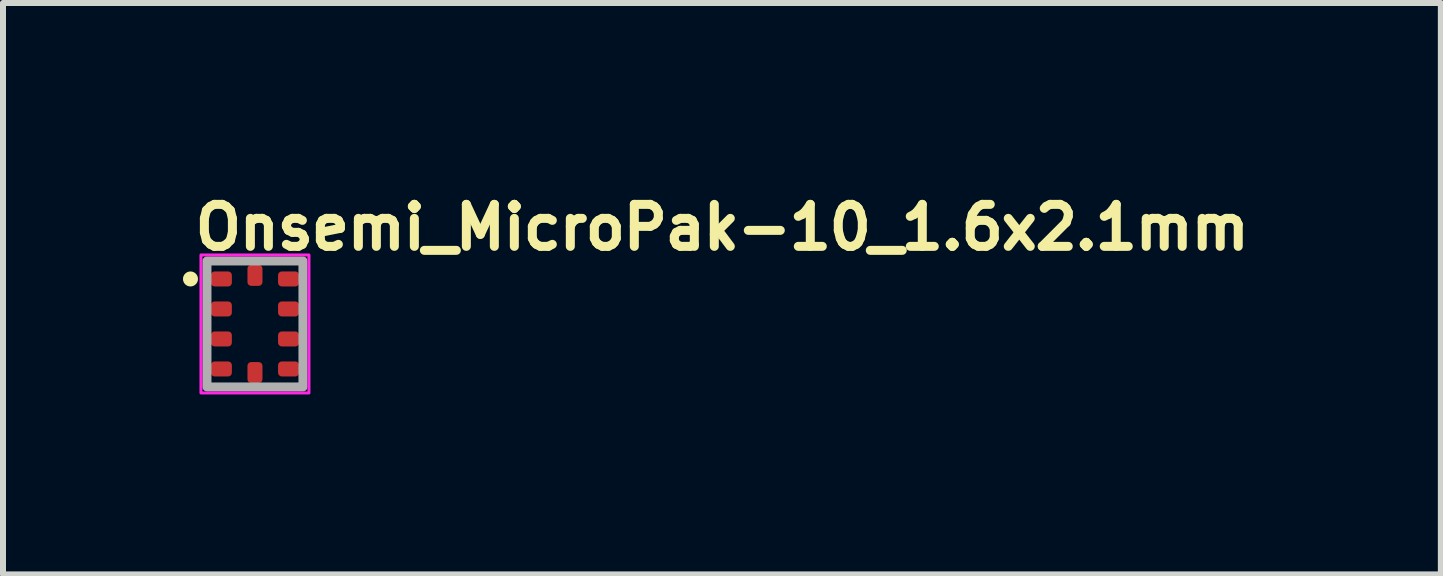
<source format=kicad_pcb>
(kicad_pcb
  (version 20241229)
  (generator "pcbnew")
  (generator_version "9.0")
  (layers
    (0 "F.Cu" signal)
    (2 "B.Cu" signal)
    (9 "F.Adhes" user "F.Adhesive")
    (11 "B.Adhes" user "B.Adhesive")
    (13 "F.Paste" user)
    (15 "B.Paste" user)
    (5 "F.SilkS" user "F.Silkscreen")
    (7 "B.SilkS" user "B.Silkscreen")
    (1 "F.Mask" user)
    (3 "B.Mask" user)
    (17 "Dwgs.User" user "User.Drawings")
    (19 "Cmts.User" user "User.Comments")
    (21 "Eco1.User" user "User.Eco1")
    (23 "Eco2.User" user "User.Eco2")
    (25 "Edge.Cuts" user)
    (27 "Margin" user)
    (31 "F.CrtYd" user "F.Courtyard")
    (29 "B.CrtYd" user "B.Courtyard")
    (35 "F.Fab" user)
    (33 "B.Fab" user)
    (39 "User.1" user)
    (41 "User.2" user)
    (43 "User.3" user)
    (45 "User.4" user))
  (footprint "Onsemi_MicroPak-10_1.6x2.1mm"
    (layer "F.Cu")
    (at 1.2 2.35)
    (property "Reference" "Onsemi_MicroPak-10_1.6x2.1mm" (at -1.075 -1.2 0) (layer "F.SilkS") (effects (font (size 0.7 0.7) (thickness 0.15)) (justify left bottom)))
    (attr smd)
    (fp_circle (center -1.075 -0.75) (end -1.025 -0.75) (stroke (width 0.15) (type solid)) (fill yes) (layer "F.SilkS"))
    (fp_rect (start -0.9 -1.15) (end 0.9 1.15) (stroke (width 0.05) (type solid)) (fill no) (layer "F.CrtYd"))
    (fp_rect (start -0.8 -1.05) (end 0.8 1.05) (stroke (width 0.15) (type solid)) (fill no) (layer "F.Fab"))
    (fp_rect (start -0.8 -1.05) (end 0.8 1.05) (stroke (width 0.1) (type solid)) (fill no) (layer "User.5"))
    (fp_line (start -0.8 -1.05) (end 0.8 -1.05) (stroke (width 0.02) (type solid)) (layer "User.9"))
    (fp_line (start -0.8 1.05) (end -0.8 -1.05) (stroke (width 0.02) (type solid)) (layer "User.9"))
    (fp_line (start 0.8 -1.05) (end 0.8 1.05) (stroke (width 0.02) (type solid)) (layer "User.9"))
    (fp_line (start 0.8 1.05) (end -0.8 1.05) (stroke (width 0.02) (type solid)) (layer "User.9"))
    (pad "1" smd roundrect (at -0.56 -0.75 270) (size 0.25 0.35) (layers "F.Cu" "F.Mask" "F.Paste") (roundrect_rratio 0.25))
    (pad "2" smd roundrect (at -0.56 -0.25 270) (size 0.25 0.35) (layers "F.Cu" "F.Mask" "F.Paste") (roundrect_rratio 0.25))
    (pad "3" smd roundrect (at -0.56 0.25 270) (size 0.25 0.35) (layers "F.Cu" "F.Mask" "F.Paste") (roundrect_rratio 0.25))
    (pad "4" smd roundrect (at -0.56 0.75 270) (size 0.25 0.35) (layers "F.Cu" "F.Mask" "F.Paste") (roundrect_rratio 0.25))
    (pad "5" smd roundrect (at 0 0.81) (size 0.25 0.35) (layers "F.Cu" "F.Mask" "F.Paste") (roundrect_rratio 0.25))
    (pad "6" smd roundrect (at 0.56 0.75 270) (size 0.25 0.35) (layers "F.Cu" "F.Mask" "F.Paste") (roundrect_rratio 0.25))
    (pad "7" smd roundrect (at 0.56 0.25 270) (size 0.25 0.35) (layers "F.Cu" "F.Mask" "F.Paste") (roundrect_rratio 0.25))
    (pad "8" smd roundrect (at 0.56 -0.25 270) (size 0.25 0.35) (layers "F.Cu" "F.Mask" "F.Paste") (roundrect_rratio 0.25))
    (pad "9" smd roundrect (at 0.56 -0.75 270) (size 0.25 0.35) (layers "F.Cu" "F.Mask" "F.Paste") (roundrect_rratio 0.25))
    (pad "10" smd roundrect (at 0 -0.81) (size 0.25 0.35) (layers "F.Cu" "F.Mask" "F.Paste") (roundrect_rratio 0.25)))
  (gr_rect
    (start -3 -3)
    (end 20.968 6.525)
    (stroke (width 0.1) (type default))
    (fill no)
    (layer "Edge.Cuts")))
</source>
